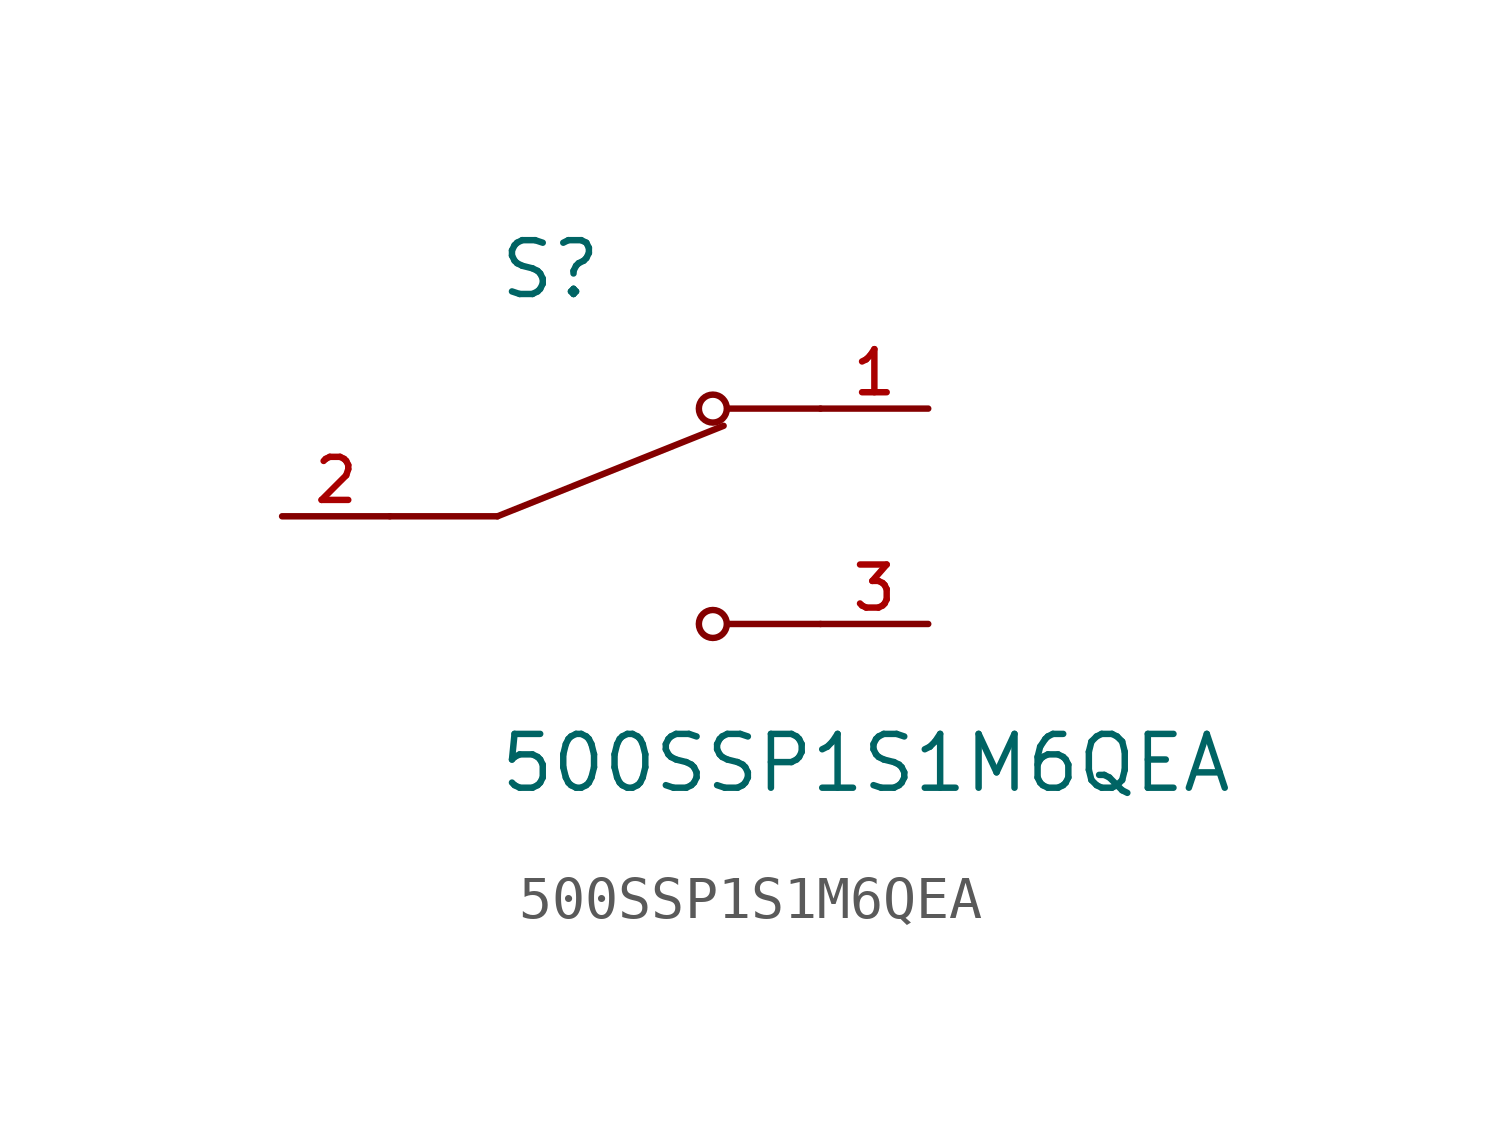
<source format=kicad_sym>
(kicad_symbol_lib
  (version 20211014)
  (generator kicad_symbol_editor)
  (symbol "500SSP1S1M6QEA"
    (pin_names
      (offset 1.016))
    (property "Reference" "S"
      (at -2.54 5.08 0)
      (effects (font (size 1.27 1.27)) (justify bottom left)))
    (property "Value" "500SSP1S1M6QEA"
      (at -2.54 -5.08 0)
      (effects (font (size 1.27 1.27)) (justify top left)))
    (symbol "500SSP1S1M6QEA_0_0"
      (polyline (pts (xy -2.54 0.0) (xy 2.794 2.134)) (stroke (width 0.152)))
      (circle (center 2.54 2.54) (radius 0.33) (stroke (width 0.152)) (fill (type none)))
      (circle (center 2.54 -2.54) (radius 0.33) (stroke (width 0.152)) (fill (type none)))
      (polyline (pts (xy 5.08 -2.54) (xy 2.921 -2.54)) (stroke (width 0.152)))
      (polyline (pts (xy 5.08 2.54) (xy 2.921 2.54)) (stroke (width 0.152)))
      (polyline (pts (xy -2.54 0.0) (xy -5.08 0.0)) (stroke (width 0.152)))
      (pin passive line (at 7.62 2.54 180.0) (length 2.54) (name "~" (effects (font (size 1.016 1.016)))) (number "1" (effects (font (size 1.016 1.016)))))
      (pin passive line (at -7.62 0.0 0) (length 2.54) (name "~" (effects (font (size 1.016 1.016)))) (number "2" (effects (font (size 1.016 1.016)))))
      (pin passive line (at 7.62 -2.54 180.0) (length 2.54) (name "~" (effects (font (size 1.016 1.016)))) (number "3" (effects (font (size 1.016 1.016))))))))
</source>
